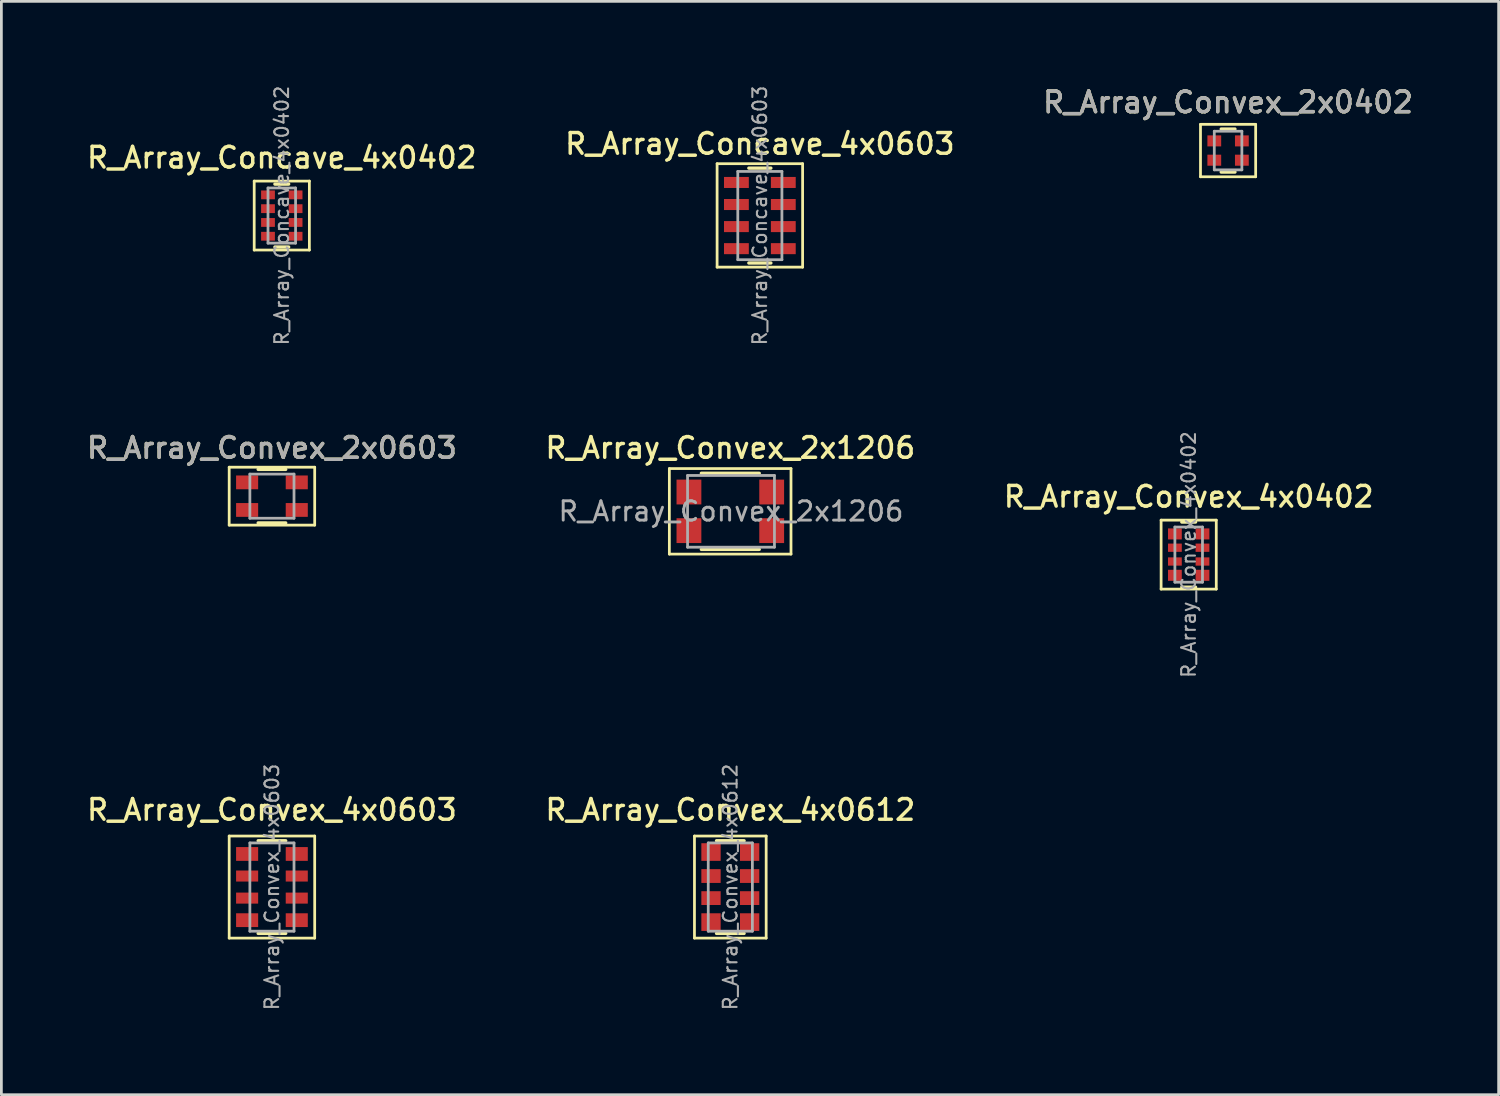
<source format=kicad_pcb>
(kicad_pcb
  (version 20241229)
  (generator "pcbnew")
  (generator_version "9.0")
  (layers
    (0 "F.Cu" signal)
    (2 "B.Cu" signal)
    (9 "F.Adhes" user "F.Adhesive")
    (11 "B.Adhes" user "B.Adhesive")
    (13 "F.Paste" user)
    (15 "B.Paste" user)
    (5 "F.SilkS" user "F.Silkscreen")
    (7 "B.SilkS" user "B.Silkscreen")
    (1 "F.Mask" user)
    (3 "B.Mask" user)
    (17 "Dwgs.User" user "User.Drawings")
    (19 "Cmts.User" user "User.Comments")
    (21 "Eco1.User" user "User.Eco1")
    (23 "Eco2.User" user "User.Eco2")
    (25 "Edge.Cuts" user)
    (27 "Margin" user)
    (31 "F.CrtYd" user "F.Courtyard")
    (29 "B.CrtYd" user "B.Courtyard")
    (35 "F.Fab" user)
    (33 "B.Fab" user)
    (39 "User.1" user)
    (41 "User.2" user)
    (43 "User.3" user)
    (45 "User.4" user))
  (footprint "R_Array_Concave_4x0603"
    (layer "F.Cu")
    (at 24.498 4.765)
    (property "Reference" "R_Array_Concave_4x0603" (at 0 -2.6 0) (layer "F.SilkS") (effects (font (size 0.75 0.75) (thickness 0.125))))
    (attr smd)
    (fp_line (start -1.55 -1.88) (end -1.55 1.87) (stroke (width 0.1) (type solid)) (layer "F.SilkS"))
    (fp_line (start -1.55 -1.88) (end 1.55 -1.88) (stroke (width 0.1) (type solid)) (layer "F.SilkS"))
    (fp_line (start 0.4 -1.72) (end -0.4 -1.72) (stroke (width 0.12) (type solid)) (layer "F.SilkS"))
    (fp_line (start 0.4 1.72) (end -0.4 1.72) (stroke (width 0.12) (type solid)) (layer "F.SilkS"))
    (fp_line (start 1.55 1.87) (end -1.55 1.87) (stroke (width 0.1) (type solid)) (layer "F.SilkS"))
    (fp_line (start 1.55 1.87) (end 1.55 -1.88) (stroke (width 0.1) (type solid)) (layer "F.SilkS"))
    (fp_line (start -0.8 -1.6) (end 0.8 -1.6) (stroke (width 0.1) (type solid)) (layer "F.Fab"))
    (fp_line (start -0.8 1.6) (end -0.8 -1.6) (stroke (width 0.1) (type solid)) (layer "F.Fab"))
    (fp_line (start 0.8 -1.6) (end 0.8 1.6) (stroke (width 0.1) (type solid)) (layer "F.Fab"))
    (fp_line (start 0.8 1.6) (end -0.8 1.6) (stroke (width 0.1) (type solid)) (layer "F.Fab"))
    (fp_text user "${REFERENCE}" (at 0 0 90) (layer "F.Fab") (effects (font (size 0.5 0.5) (thickness 0.075))))
    (pad "1" smd rect (at -0.85 -1.2) (size 0.9 0.4) (layers "F.Cu" "F.Mask" "F.Paste"))
    (pad "2" smd rect (at -0.85 -0.4) (size 0.9 0.4) (layers "F.Cu" "F.Mask" "F.Paste"))
    (pad "3" smd rect (at -0.85 0.4) (size 0.9 0.4) (layers "F.Cu" "F.Mask" "F.Paste"))
    (pad "4" smd rect (at -0.85 1.2) (size 0.9 0.4) (layers "F.Cu" "F.Mask" "F.Paste"))
    (pad "5" smd rect (at 0.85 1.2) (size 0.9 0.4) (layers "F.Cu" "F.Mask" "F.Paste"))
    (pad "6" smd rect (at 0.85 0.4) (size 0.9 0.4) (layers "F.Cu" "F.Mask" "F.Paste"))
    (pad "7" smd rect (at 0.85 -0.4) (size 0.9 0.4) (layers "F.Cu" "F.Mask" "F.Paste"))
    (pad "8" smd rect (at 0.85 -1.2) (size 0.9 0.4) (layers "F.Cu" "F.Mask" "F.Paste")))
  (footprint "R_Array_Convex_2x0603"
    (layer "F.Cu")
    (at 6.809 14.938)
    (property "Reference" "R_Array_Convex_2x0603" (at 0 -1.75 0) (layer "F.SilkS") (effects (font (size 0.75 0.75) (thickness 0.125))))
    (attr smd)
    (fp_line (start -1.55 -1.05) (end -1.55 1.05) (stroke (width 0.1) (type solid)) (layer "F.SilkS"))
    (fp_line (start -1.55 -1.05) (end 1.55 -1.05) (stroke (width 0.1) (type solid)) (layer "F.SilkS"))
    (fp_line (start 0.5 -0.97) (end -0.5 -0.97) (stroke (width 0.12) (type solid)) (layer "F.SilkS"))
    (fp_line (start 0.5 0.97) (end -0.5 0.97) (stroke (width 0.12) (type solid)) (layer "F.SilkS"))
    (fp_line (start 1.55 1.05) (end -1.55 1.05) (stroke (width 0.1) (type solid)) (layer "F.SilkS"))
    (fp_line (start 1.55 1.05) (end 1.55 -1.05) (stroke (width 0.1) (type solid)) (layer "F.SilkS"))
    (fp_line (start -0.8 -0.8) (end 0.8 -0.8) (stroke (width 0.1) (type solid)) (layer "F.Fab"))
    (fp_line (start -0.8 0.8) (end -0.8 -0.8) (stroke (width 0.1) (type solid)) (layer "F.Fab"))
    (fp_line (start 0.8 -0.8) (end 0.8 0.8) (stroke (width 0.1) (type solid)) (layer "F.Fab"))
    (fp_line (start 0.8 0.8) (end -0.8 0.8) (stroke (width 0.1) (type solid)) (layer "F.Fab"))
    (fp_text user "${REFERENCE}" (at 0 -1.75 0) (layer "F.Fab") (effects (font (size 0.75 0.75) (thickness 0.125))))
    (pad "1" smd rect (at -0.9 -0.5) (size 0.8 0.5) (layers "F.Cu" "F.Mask" "F.Paste"))
    (pad "2" smd rect (at -0.9 0.5) (size 0.8 0.5) (layers "F.Cu" "F.Mask" "F.Paste"))
    (pad "3" smd rect (at 0.9 0.5) (size 0.8 0.5) (layers "F.Cu" "F.Mask" "F.Paste"))
    (pad "4" smd rect (at 0.9 -0.5) (size 0.8 0.5) (layers "F.Cu" "F.Mask" "F.Paste")))
  (footprint "R_Array_Convex_4x0603"
    (layer "F.Cu")
    (at 6.809 29.11)
    (property "Reference" "R_Array_Convex_4x0603" (at 0 -2.8 0) (layer "F.SilkS") (effects (font (size 0.75 0.75) (thickness 0.125))))
    (attr smd)
    (fp_line (start -1.55 -1.85) (end -1.55 1.85) (stroke (width 0.1) (type solid)) (layer "F.SilkS"))
    (fp_line (start -1.55 -1.85) (end 1.55 -1.85) (stroke (width 0.1) (type solid)) (layer "F.SilkS"))
    (fp_line (start 0.5 -1.68) (end -0.5 -1.68) (stroke (width 0.12) (type solid)) (layer "F.SilkS"))
    (fp_line (start 0.5 1.68) (end -0.5 1.68) (stroke (width 0.12) (type solid)) (layer "F.SilkS"))
    (fp_line (start 1.55 1.85) (end -1.55 1.85) (stroke (width 0.1) (type solid)) (layer "F.SilkS"))
    (fp_line (start 1.55 1.85) (end 1.55 -1.85) (stroke (width 0.1) (type solid)) (layer "F.SilkS"))
    (fp_line (start -0.8 -1.6) (end 0.8 -1.6) (stroke (width 0.1) (type solid)) (layer "F.Fab"))
    (fp_line (start -0.8 1.6) (end -0.8 -1.6) (stroke (width 0.1) (type solid)) (layer "F.Fab"))
    (fp_line (start 0.8 -1.6) (end 0.8 1.6) (stroke (width 0.1) (type solid)) (layer "F.Fab"))
    (fp_line (start 0.8 1.6) (end -0.8 1.6) (stroke (width 0.1) (type solid)) (layer "F.Fab"))
    (fp_text user "${REFERENCE}" (at 0 0 90) (layer "F.Fab") (effects (font (size 0.5 0.5) (thickness 0.075))))
    (pad "1" smd rect (at -0.9 -1.2) (size 0.8 0.5) (layers "F.Cu" "F.Mask" "F.Paste"))
    (pad "2" smd rect (at -0.9 -0.4) (size 0.8 0.4) (layers "F.Cu" "F.Mask" "F.Paste"))
    (pad "3" smd rect (at -0.9 0.4) (size 0.8 0.4) (layers "F.Cu" "F.Mask" "F.Paste"))
    (pad "4" smd rect (at -0.9 1.2) (size 0.8 0.5) (layers "F.Cu" "F.Mask" "F.Paste"))
    (pad "5" smd rect (at 0.9 1.2) (size 0.8 0.5) (layers "F.Cu" "F.Mask" "F.Paste"))
    (pad "6" smd rect (at 0.9 0.4) (size 0.8 0.4) (layers "F.Cu" "F.Mask" "F.Paste"))
    (pad "7" smd rect (at 0.9 -0.4) (size 0.8 0.4) (layers "F.Cu" "F.Mask" "F.Paste"))
    (pad "8" smd rect (at 0.9 -1.2) (size 0.8 0.5) (layers "F.Cu" "F.Mask" "F.Paste")))
  (footprint "R_Array_Concave_4x0402"
    (layer "F.Cu")
    (at 7.166 4.765)
    (property "Reference" "R_Array_Concave_4x0402" (at 0 -2.1 0) (layer "F.SilkS") (effects (font (size 0.75 0.75) (thickness 0.125))))
    (attr smd)
    (fp_line (start -1 -1.25) (end -1 1.25) (stroke (width 0.1) (type solid)) (layer "F.SilkS"))
    (fp_line (start -1 -1.25) (end 1 -1.25) (stroke (width 0.1) (type solid)) (layer "F.SilkS"))
    (fp_line (start 0.25 -1.14) (end -0.25 -1.14) (stroke (width 0.12) (type solid)) (layer "F.SilkS"))
    (fp_line (start 0.25 1.14) (end -0.25 1.14) (stroke (width 0.12) (type solid)) (layer "F.SilkS"))
    (fp_line (start 1 1.25) (end -1 1.25) (stroke (width 0.1) (type solid)) (layer "F.SilkS"))
    (fp_line (start 1 1.25) (end 1 -1.25) (stroke (width 0.1) (type solid)) (layer "F.SilkS"))
    (fp_line (start -0.5 -1) (end 0.5 -1) (stroke (width 0.1) (type solid)) (layer "F.Fab"))
    (fp_line (start -0.5 1) (end -0.5 -1) (stroke (width 0.1) (type solid)) (layer "F.Fab"))
    (fp_line (start 0.5 -1) (end 0.5 1) (stroke (width 0.1) (type solid)) (layer "F.Fab"))
    (fp_line (start 0.5 1) (end -0.5 1) (stroke (width 0.1) (type solid)) (layer "F.Fab"))
    (fp_text user "${REFERENCE}" (at 0 0 90) (layer "F.Fab") (effects (font (size 0.5 0.5) (thickness 0.075))))
    (pad "1" smd rect (at -0.5 -0.75) (size 0.5 0.32) (layers "F.Cu" "F.Mask" "F.Paste"))
    (pad "2" smd rect (at -0.5 -0.25) (size 0.5 0.32) (layers "F.Cu" "F.Mask" "F.Paste"))
    (pad "3" smd rect (at -0.5 0.25) (size 0.5 0.32) (layers "F.Cu" "F.Mask" "F.Paste"))
    (pad "4" smd rect (at -0.5 0.75) (size 0.5 0.32) (layers "F.Cu" "F.Mask" "F.Paste"))
    (pad "5" smd rect (at 0.5 0.75) (size 0.5 0.32) (layers "F.Cu" "F.Mask" "F.Paste"))
    (pad "6" smd rect (at 0.5 0.25) (size 0.5 0.32) (layers "F.Cu" "F.Mask" "F.Paste"))
    (pad "7" smd rect (at 0.5 -0.25) (size 0.5 0.32) (layers "F.Cu" "F.Mask" "F.Paste"))
    (pad "8" smd rect (at 0.5 -0.75) (size 0.5 0.32) (layers "F.Cu" "F.Mask" "F.Paste")))
  (footprint "R_Array_Convex_4x0402"
    (layer "F.Cu")
    (at 40.045 17.057)
    (property "Reference" "R_Array_Convex_4x0402" (at 0 -2.1 0) (layer "F.SilkS") (effects (font (size 0.75 0.75) (thickness 0.125))))
    (attr smd)
    (fp_line (start -1 -1.25) (end -1 1.25) (stroke (width 0.1) (type solid)) (layer "F.SilkS"))
    (fp_line (start -1 -1.25) (end 1 -1.25) (stroke (width 0.1) (type solid)) (layer "F.SilkS"))
    (fp_line (start 0.25 -1.18) (end -0.25 -1.18) (stroke (width 0.12) (type solid)) (layer "F.SilkS"))
    (fp_line (start 0.25 1.18) (end -0.25 1.18) (stroke (width 0.12) (type solid)) (layer "F.SilkS"))
    (fp_line (start 1 1.25) (end -1 1.25) (stroke (width 0.1) (type solid)) (layer "F.SilkS"))
    (fp_line (start 1 1.25) (end 1 -1.25) (stroke (width 0.1) (type solid)) (layer "F.SilkS"))
    (fp_line (start -0.5 -1) (end 0.5 -1) (stroke (width 0.1) (type solid)) (layer "F.Fab"))
    (fp_line (start -0.5 1) (end -0.5 -1) (stroke (width 0.1) (type solid)) (layer "F.Fab"))
    (fp_line (start 0.5 -1) (end 0.5 1) (stroke (width 0.1) (type solid)) (layer "F.Fab"))
    (fp_line (start 0.5 1) (end -0.5 1) (stroke (width 0.1) (type solid)) (layer "F.Fab"))
    (fp_text user "${REFERENCE}" (at 0 0 90) (layer "F.Fab") (effects (font (size 0.5 0.5) (thickness 0.075))))
    (pad "1" smd rect (at -0.5 -0.75) (size 0.5 0.4) (layers "F.Cu" "F.Mask" "F.Paste"))
    (pad "2" smd rect (at -0.5 -0.25) (size 0.5 0.3) (layers "F.Cu" "F.Mask" "F.Paste"))
    (pad "3" smd rect (at -0.5 0.25) (size 0.5 0.3) (layers "F.Cu" "F.Mask" "F.Paste"))
    (pad "4" smd rect (at -0.5 0.75) (size 0.5 0.4) (layers "F.Cu" "F.Mask" "F.Paste"))
    (pad "5" smd rect (at 0.5 0.75) (size 0.5 0.4) (layers "F.Cu" "F.Mask" "F.Paste"))
    (pad "6" smd rect (at 0.5 0.25) (size 0.5 0.3) (layers "F.Cu" "F.Mask" "F.Paste"))
    (pad "7" smd rect (at 0.5 -0.25) (size 0.5 0.3) (layers "F.Cu" "F.Mask" "F.Paste"))
    (pad "8" smd rect (at 0.5 -0.75) (size 0.5 0.4) (layers "F.Cu" "F.Mask" "F.Paste")))
  (footprint "R_Array_Convex_2x0402"
    (layer "F.Cu")
    (at 41.473 2.408)
    (property "Reference" "R_Array_Convex_2x0402" (at 0 -1.75 0) (layer "F.SilkS") (effects (font (size 0.75 0.75) (thickness 0.125))))
    (attr smd)
    (fp_line (start -1 -0.95) (end -1 0.95) (stroke (width 0.1) (type solid)) (layer "F.SilkS"))
    (fp_line (start -1 -0.95) (end 1 -0.95) (stroke (width 0.1) (type solid)) (layer "F.SilkS"))
    (fp_line (start 0.25 -0.78) (end -0.25 -0.78) (stroke (width 0.12) (type solid)) (layer "F.SilkS"))
    (fp_line (start 0.25 0.78) (end -0.25 0.78) (stroke (width 0.12) (type solid)) (layer "F.SilkS"))
    (fp_line (start 1 0.95) (end -1 0.95) (stroke (width 0.1) (type solid)) (layer "F.SilkS"))
    (fp_line (start 1 0.95) (end 1 -0.95) (stroke (width 0.1) (type solid)) (layer "F.SilkS"))
    (fp_line (start -0.5 -0.7) (end -0.5 0.7) (stroke (width 0.1) (type solid)) (layer "F.Fab"))
    (fp_line (start -0.5 0.7) (end 0.5 0.7) (stroke (width 0.1) (type solid)) (layer "F.Fab"))
    (fp_line (start 0.5 -0.7) (end -0.5 -0.7) (stroke (width 0.1) (type solid)) (layer "F.Fab"))
    (fp_line (start 0.5 0.7) (end 0.5 -0.7) (stroke (width 0.1) (type solid)) (layer "F.Fab"))
    (fp_text user "${REFERENCE}" (at 0 -1.75 0) (layer "F.Fab") (effects (font (size 0.75 0.75) (thickness 0.125))))
    (pad "1" smd rect (at -0.5 -0.35) (size 0.5 0.4) (layers "F.Cu" "F.Mask" "F.Paste"))
    (pad "2" smd rect (at -0.5 0.35) (size 0.5 0.4) (layers "F.Cu" "F.Mask" "F.Paste"))
    (pad "3" smd rect (at 0.5 0.35) (size 0.5 0.4) (layers "F.Cu" "F.Mask" "F.Paste"))
    (pad "4" smd rect (at 0.5 -0.35) (size 0.5 0.4) (layers "F.Cu" "F.Mask" "F.Paste")))
  (footprint "R_Array_Convex_2x1206"
    (layer "F.Cu")
    (at 23.427 15.488)
    (property "Reference" "R_Array_Convex_2x1206" (at 0 -2.3 0) (layer "F.SilkS") (effects (font (size 0.75 0.75) (thickness 0.125))))
    (attr smd)
    (fp_line (start -2.21 -1.55) (end -2.21 1.55) (stroke (width 0.1) (type solid)) (layer "F.SilkS"))
    (fp_line (start -2.21 -1.55) (end 2.2 -1.55) (stroke (width 0.1) (type solid)) (layer "F.SilkS"))
    (fp_line (start 1.05 -1.38) (end -1.05 -1.38) (stroke (width 0.12) (type solid)) (layer "F.SilkS"))
    (fp_line (start 1.05 1.38) (end -1.05 1.38) (stroke (width 0.12) (type solid)) (layer "F.SilkS"))
    (fp_line (start 2.2 1.55) (end -2.21 1.55) (stroke (width 0.1) (type solid)) (layer "F.SilkS"))
    (fp_line (start 2.2 1.55) (end 2.2 -1.55) (stroke (width 0.1) (type solid)) (layer "F.SilkS"))
    (fp_line (start -1.55 -1.3) (end 1.6 -1.3) (stroke (width 0.1) (type solid)) (layer "F.Fab"))
    (fp_line (start -1.55 1.3) (end -1.55 -1.3) (stroke (width 0.1) (type solid)) (layer "F.Fab"))
    (fp_line (start 1.6 -1.3) (end 1.6 1.3) (stroke (width 0.1) (type solid)) (layer "F.Fab"))
    (fp_line (start 1.6 1.3) (end -1.55 1.3) (stroke (width 0.1) (type solid)) (layer "F.Fab"))
    (fp_text user "${REFERENCE}" (at 0.025 0 0) (layer "F.Fab") (effects (font (size 0.7 0.7) (thickness 0.105))))
    (pad "1" smd rect (at -1.5 -0.7) (size 0.9 0.9) (layers "F.Cu" "F.Mask" "F.Paste"))
    (pad "2" smd rect (at -1.5 0.7) (size 0.9 0.9) (layers "F.Cu" "F.Mask" "F.Paste"))
    (pad "3" smd rect (at 1.5 0.7) (size 0.9 0.9) (layers "F.Cu" "F.Mask" "F.Paste"))
    (pad "4" smd rect (at 1.5 -0.7) (size 0.9 0.9) (layers "F.Cu" "F.Mask" "F.Paste")))
  (footprint "R_Array_Convex_4x0612"
    (layer "F.Cu")
    (at 23.427 29.11)
    (property "Reference" "R_Array_Convex_4x0612" (at 0 -2.8 0) (layer "F.SilkS") (effects (font (size 0.75 0.75) (thickness 0.125))))
    (attr smd)
    (fp_line (start -1.3 -1.85) (end -1.3 1.85) (stroke (width 0.1) (type solid)) (layer "F.SilkS"))
    (fp_line (start -1.3 -1.85) (end 1.3 -1.85) (stroke (width 0.1) (type solid)) (layer "F.SilkS"))
    (fp_line (start 0.5 -1.68) (end -0.5 -1.68) (stroke (width 0.12) (type solid)) (layer "F.SilkS"))
    (fp_line (start 0.5 1.68) (end -0.5 1.68) (stroke (width 0.12) (type solid)) (layer "F.SilkS"))
    (fp_line (start 1.3 1.85) (end -1.3 1.85) (stroke (width 0.1) (type solid)) (layer "F.SilkS"))
    (fp_line (start 1.3 1.85) (end 1.3 -1.85) (stroke (width 0.1) (type solid)) (layer "F.SilkS"))
    (fp_line (start -0.8 -1.6) (end 0.8 -1.6) (stroke (width 0.1) (type solid)) (layer "F.Fab"))
    (fp_line (start -0.8 1.6) (end -0.8 -1.6) (stroke (width 0.1) (type solid)) (layer "F.Fab"))
    (fp_line (start 0.8 -1.6) (end 0.8 1.6) (stroke (width 0.1) (type solid)) (layer "F.Fab"))
    (fp_line (start 0.8 1.6) (end -0.8 1.6) (stroke (width 0.1) (type solid)) (layer "F.Fab"))
    (fp_text user "${REFERENCE}" (at 0 0 90) (layer "F.Fab") (effects (font (size 0.5 0.5) (thickness 0.075))))
    (pad "1" smd rect (at -0.7 -1.27) (size 0.7 0.64) (layers "F.Cu" "F.Mask" "F.Paste"))
    (pad "2" smd rect (at -0.7 -0.4) (size 0.7 0.5) (layers "F.Cu" "F.Mask" "F.Paste"))
    (pad "3" smd rect (at -0.7 0.4) (size 0.7 0.5) (layers "F.Cu" "F.Mask" "F.Paste"))
    (pad "4" smd rect (at -0.7 1.27) (size 0.7 0.64) (layers "F.Cu" "F.Mask" "F.Paste"))
    (pad "5" smd rect (at 0.7 1.27) (size 0.7 0.64) (layers "F.Cu" "F.Mask" "F.Paste"))
    (pad "6" smd rect (at 0.7 0.4) (size 0.7 0.5) (layers "F.Cu" "F.Mask" "F.Paste"))
    (pad "7" smd rect (at 0.7 -0.4) (size 0.7 0.5) (layers "F.Cu" "F.Mask" "F.Paste"))
    (pad "8" smd rect (at 0.7 -1.27) (size 0.7 0.64) (layers "F.Cu" "F.Mask" "F.Paste")))
  (gr_rect
    (start -3 -3)
    (end 51.282 36.637)
    (stroke (width 0.1) (type default))
    (fill no)
    (layer "Edge.Cuts")))
</source>
